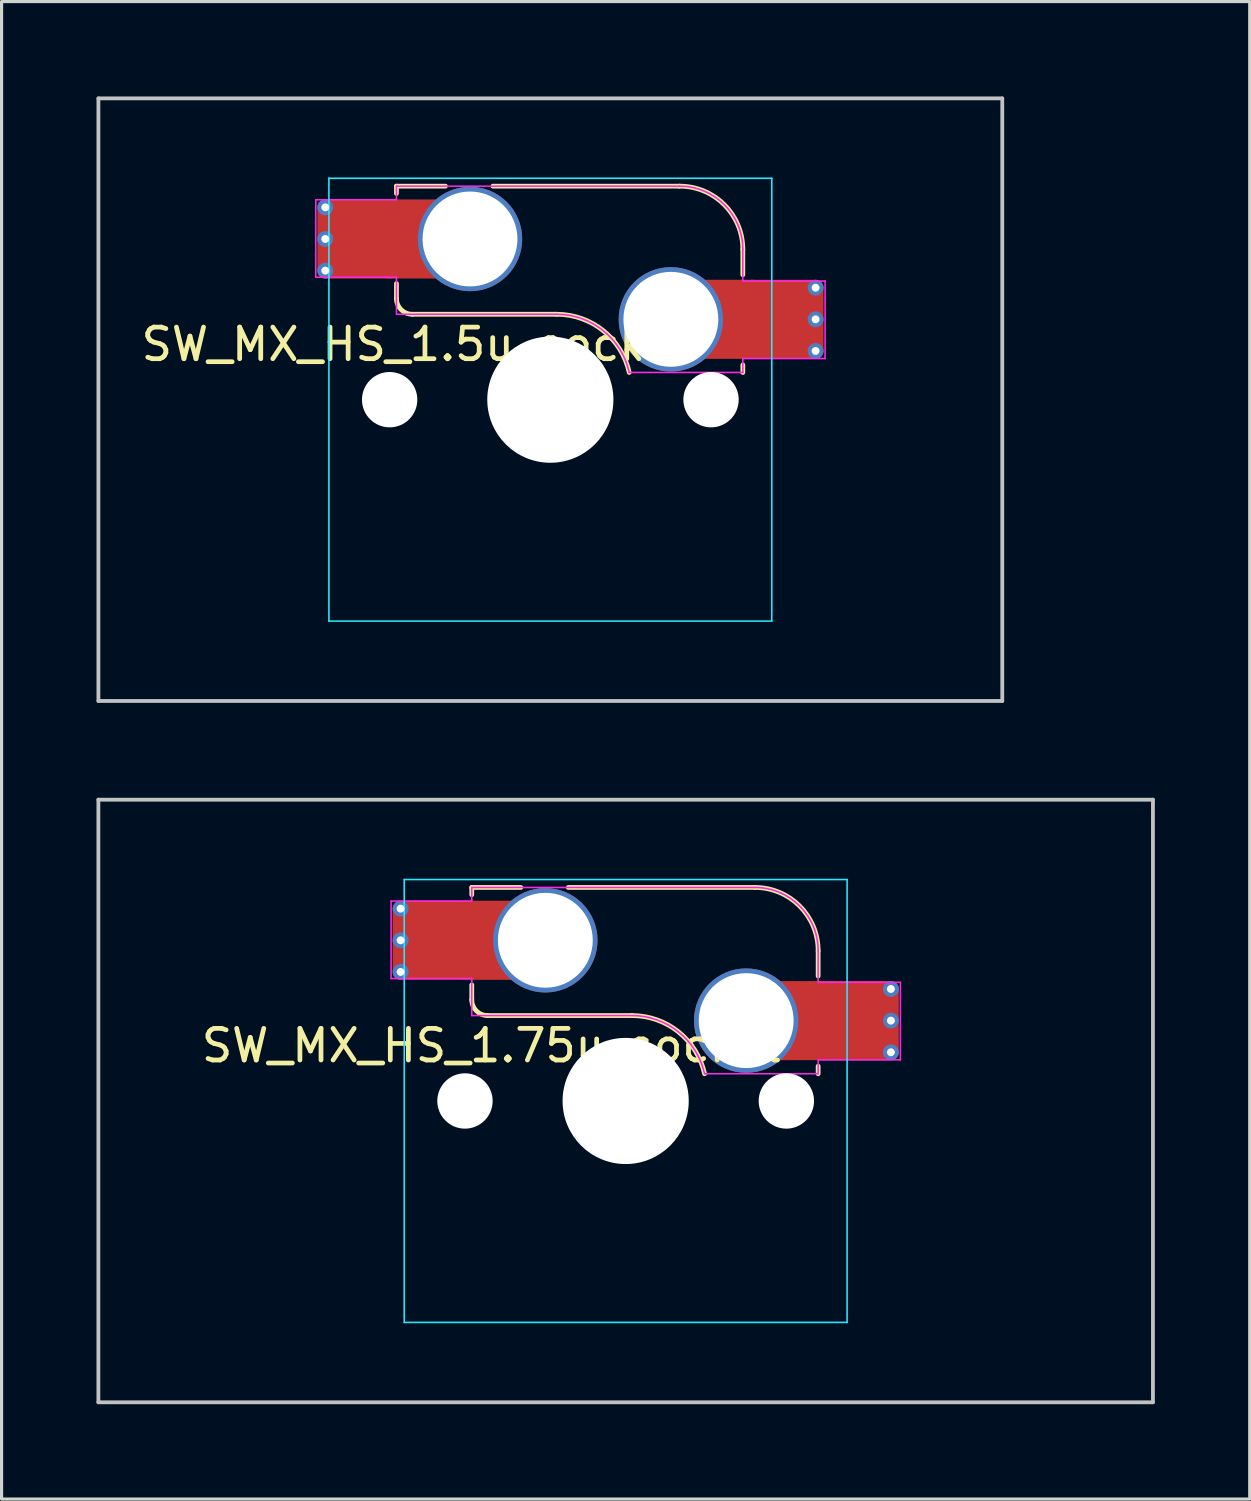
<source format=kicad_pcb>
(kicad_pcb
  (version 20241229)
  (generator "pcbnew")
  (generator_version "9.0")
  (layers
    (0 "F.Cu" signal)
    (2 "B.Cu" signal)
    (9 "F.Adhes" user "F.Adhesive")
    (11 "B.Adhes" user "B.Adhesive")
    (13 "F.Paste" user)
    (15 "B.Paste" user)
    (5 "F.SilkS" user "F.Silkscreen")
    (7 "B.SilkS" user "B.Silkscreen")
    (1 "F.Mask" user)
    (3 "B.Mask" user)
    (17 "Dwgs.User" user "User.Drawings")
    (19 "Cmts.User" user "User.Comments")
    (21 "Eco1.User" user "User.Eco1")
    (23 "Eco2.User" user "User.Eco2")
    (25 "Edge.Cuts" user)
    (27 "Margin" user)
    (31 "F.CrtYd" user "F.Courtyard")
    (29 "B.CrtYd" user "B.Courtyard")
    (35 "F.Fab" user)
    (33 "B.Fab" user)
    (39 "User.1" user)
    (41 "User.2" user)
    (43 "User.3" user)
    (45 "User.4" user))
  (footprint "SW_MX_HS_1.5u_socket"
    (layer "F.Cu")
    (at 14.348 9.585)
    (property "Reference" "SW_MX_HS_1.5u_socket" (at -4.25 -1.75 0) (layer "F.SilkS") (effects (font (size 1 1) (thickness 0.15))))
    (attr smd)
    (fp_line (start -4.865 -6.75) (end -4.865 -6.52) (stroke (width 0.15) (type solid)) (layer "F.SilkS"))
    (fp_line (start -4.865 -3.67) (end -4.865 -3.2) (stroke (width 0.15) (type solid)) (layer "F.SilkS"))
    (fp_line (start -4.365 -2.7) (end 0.2 -2.7) (stroke (width 0.15) (type solid)) (layer "F.SilkS"))
    (fp_line (start -3.315 -6.75) (end -4.865 -6.75) (stroke (width 0.15) (type solid)) (layer "F.SilkS"))
    (fp_line (start 4.085 -6.75) (end -1.815 -6.75) (stroke (width 0.15) (type solid)) (layer "F.SilkS"))
    (fp_line (start 6.085 -3.95) (end 6.085 -4.75) (stroke (width 0.15) (type solid)) (layer "F.SilkS"))
    (fp_line (start 6.085 -1.1) (end 6.085 -0.86) (stroke (width 0.15) (type solid)) (layer "F.SilkS"))
    (fp_arc (start -4.364824 -2.70022) (mid -4.718377 -2.846667) (end -4.864824 -3.20022) (stroke (width 0.15) (type solid)) (layer "F.SilkS"))
    (fp_arc (start 0.2 -2.70022) (mid 1.670693 -2.183637) (end 2.494322 -0.86022) (stroke (width 0.15) (type solid)) (layer "F.SilkS"))
    (fp_arc (start 4.085176 -6.75022) (mid 5.49939 -6.164434) (end 6.085176 -4.75022) (stroke (width 0.15) (type solid)) (layer "F.SilkS"))
    (fp_line (start -14.287 -9.525) (end 14.287 -9.525) (stroke (width 0.12) (type solid)) (layer "Dwgs.User"))
    (fp_line (start -14.287 9.525) (end -14.287 -9.525) (stroke (width 0.12) (type solid)) (layer "Dwgs.User"))
    (fp_line (start 14.287 -9.525) (end 14.287 9.525) (stroke (width 0.12) (type solid)) (layer "Dwgs.User"))
    (fp_line (start 14.287 9.525) (end -14.287 9.525) (stroke (width 0.12) (type solid)) (layer "Dwgs.User"))
    (fp_line (start -7 -6.5) (end -7 6.5) (stroke (width 0.05) (type solid)) (layer "Eco2.User"))
    (fp_line (start -6.5 7) (end 6.5 7) (stroke (width 0.05) (type solid)) (layer "Eco2.User"))
    (fp_line (start 6.5 -7) (end -6.5 -7) (stroke (width 0.05) (type solid)) (layer "Eco2.User"))
    (fp_line (start 7 6.5) (end 7 -6.5) (stroke (width 0.05) (type solid)) (layer "Eco2.User"))
    (fp_arc (start -7 -6.5) (mid -6.853553 -6.853553) (end -6.5 -7) (stroke (width 0.05) (type solid)) (layer "Eco2.User"))
    (fp_arc (start -6.497236 6.998884) (mid -6.850789 6.852437) (end -6.997236 6.498884) (stroke (width 0.05) (type solid)) (layer "Eco2.User"))
    (fp_arc (start 6.5 -7) (mid 6.853553 -6.853553) (end 7 -6.5) (stroke (width 0.05) (type solid)) (layer "Eco2.User"))
    (fp_arc (start 7 6.5) (mid 6.853553 6.853553) (end 6.5 7) (stroke (width 0.05) (type solid)) (layer "Eco2.User"))
    (fp_line (start -7 -7) (end 7 -7) (stroke (width 0.05) (type solid)) (layer "B.CrtYd"))
    (fp_line (start -7 7) (end -7 -7) (stroke (width 0.05) (type solid)) (layer "B.CrtYd"))
    (fp_line (start 7 -7) (end 7 7) (stroke (width 0.05) (type solid)) (layer "B.CrtYd"))
    (fp_line (start 7 7) (end -7 7) (stroke (width 0.05) (type solid)) (layer "B.CrtYd"))
    (fp_line (start -7.415 -6.32) (end -4.865 -6.32) (stroke (width 0.05) (type solid)) (layer "F.CrtYd"))
    (fp_line (start -7.415 -3.87) (end -7.415 -6.32) (stroke (width 0.05) (type solid)) (layer "F.CrtYd"))
    (fp_line (start -4.865 -6.75) (end -4.865 -6.32) (stroke (width 0.05) (type solid)) (layer "F.CrtYd"))
    (fp_line (start -4.865 -3.87) (end -7.415 -3.87) (stroke (width 0.05) (type solid)) (layer "F.CrtYd"))
    (fp_line (start -4.865 -3.87) (end -4.865 -2.7) (stroke (width 0.05) (type solid)) (layer "F.CrtYd"))
    (fp_line (start -4.865 -2.7) (end 0.2 -2.7) (stroke (width 0.05) (type solid)) (layer "F.CrtYd"))
    (fp_line (start 4.085 -6.75) (end -4.865 -6.75) (stroke (width 0.05) (type solid)) (layer "F.CrtYd"))
    (fp_line (start 6.085 -3.75) (end 6.085 -4.75) (stroke (width 0.05) (type solid)) (layer "F.CrtYd"))
    (fp_line (start 6.085 -3.75) (end 8.685 -3.75) (stroke (width 0.05) (type solid)) (layer "F.CrtYd"))
    (fp_line (start 6.085 -1.3) (end 6.085 -0.86) (stroke (width 0.05) (type solid)) (layer "F.CrtYd"))
    (fp_line (start 6.085 -0.86) (end 2.494 -0.86) (stroke (width 0.05) (type solid)) (layer "F.CrtYd"))
    (fp_line (start 8.685 -3.75) (end 8.685 -1.3) (stroke (width 0.05) (type solid)) (layer "F.CrtYd"))
    (fp_line (start 8.685 -1.3) (end 6.085 -1.3) (stroke (width 0.05) (type solid)) (layer "F.CrtYd"))
    (fp_arc (start 0.2 -2.70022) (mid 1.670503 -2.183399) (end 2.494322 -0.86022) (stroke (width 0.05) (type solid)) (layer "F.CrtYd"))
    (fp_arc (start 4.085176 -6.75022) (mid 5.49939 -6.164434) (end 6.085176 -4.75022) (stroke (width 0.05) (type solid)) (layer "F.CrtYd"))
    (pad "" np_thru_hole circle (at -5.08 0) (size 1.75 1.75) (drill 1.75) (layers "*.Cu" "*.Mask"))
    (pad "" np_thru_hole circle (at 0 0) (size 3.988 3.988) (drill 3.988) (layers "*.Cu" "*.Mask"))
    (pad "" np_thru_hole circle (at 5.08 0) (size 1.75 1.75) (drill 1.75) (layers "*.Cu" "*.Mask"))
    (pad "1" thru_hole circle (at 3.81 -2.54) (size 3.3 3.3) (drill 3) (layers "*.Cu" "*.Mask"))
    (pad "1" smd rect (at 5.635 -2.54 180) (size 1.65 2.5) (layers "F.Cu"))
    (pad "1" smd roundrect (at 7.36 -2.54) (size 2.55 2.5) (layers "F.Cu" "F.Mask" "F.Paste") (roundrect_rratio 0.1))
    (pad "1" thru_hole circle (at 8.385 -3.54) (size 0.5 0.5) (drill 0.25) (layers "*.Cu"))
    (pad "1" thru_hole circle (at 8.385 -2.54) (size 0.5 0.5) (drill 0.25) (layers "*.Cu"))
    (pad "1" thru_hole circle (at 8.385 -1.54) (size 0.5 0.5) (drill 0.25) (layers "*.Cu"))
    (pad "2" thru_hole circle (at -7.115 -6.08) (size 0.5 0.5) (drill 0.25) (layers "*.Cu"))
    (pad "2" thru_hole circle (at -7.115 -5.08) (size 0.5 0.5) (drill 0.25) (layers "*.Cu"))
    (pad "2" thru_hole circle (at -7.115 -4.08) (size 0.5 0.5) (drill 0.25) (layers "*.Cu"))
    (pad "2" smd roundrect (at -6.09 -5.08) (size 2.55 2.5) (layers "F.Cu" "F.Mask" "F.Paste") (roundrect_rratio 0.1))
    (pad "2" smd rect (at -4.34 -5.08) (size 1.65 2.5) (layers "F.Cu"))
    (pad "2" thru_hole circle (at -2.54 -5.08) (size 3.3 3.3) (drill 3) (layers "*.Cu" "*.Mask")))
  (footprint "SW_MX_HS_1.75u_socket"
    (layer "F.Cu")
    (at 16.729 31.755)
    (property "Reference" "SW_MX_HS_1.75u_socket" (at -4.25 -1.75 0) (layer "F.SilkS") (effects (font (size 1 1) (thickness 0.15))))
    (attr smd)
    (fp_line (start -4.865 -6.75) (end -4.865 -6.52) (stroke (width 0.15) (type solid)) (layer "F.SilkS"))
    (fp_line (start -4.865 -3.67) (end -4.865 -3.2) (stroke (width 0.15) (type solid)) (layer "F.SilkS"))
    (fp_line (start -4.365 -2.7) (end 0.2 -2.7) (stroke (width 0.15) (type solid)) (layer "F.SilkS"))
    (fp_line (start -3.315 -6.75) (end -4.865 -6.75) (stroke (width 0.15) (type solid)) (layer "F.SilkS"))
    (fp_line (start 4.085 -6.75) (end -1.815 -6.75) (stroke (width 0.15) (type solid)) (layer "F.SilkS"))
    (fp_line (start 6.085 -3.95) (end 6.085 -4.75) (stroke (width 0.15) (type solid)) (layer "F.SilkS"))
    (fp_line (start 6.085 -1.1) (end 6.085 -0.86) (stroke (width 0.15) (type solid)) (layer "F.SilkS"))
    (fp_arc (start -4.364824 -2.70022) (mid -4.718377 -2.846667) (end -4.864824 -3.20022) (stroke (width 0.15) (type solid)) (layer "F.SilkS"))
    (fp_arc (start 0.2 -2.70022) (mid 1.670693 -2.183637) (end 2.494322 -0.86022) (stroke (width 0.15) (type solid)) (layer "F.SilkS"))
    (fp_arc (start 4.085176 -6.75022) (mid 5.49939 -6.164434) (end 6.085176 -4.75022) (stroke (width 0.15) (type solid)) (layer "F.SilkS"))
    (fp_line (start -16.669 -9.525) (end 16.669 -9.525) (stroke (width 0.12) (type solid)) (layer "Dwgs.User"))
    (fp_line (start -16.669 9.525) (end -16.669 -9.525) (stroke (width 0.12) (type solid)) (layer "Dwgs.User"))
    (fp_line (start 16.669 -9.525) (end 16.669 9.525) (stroke (width 0.12) (type solid)) (layer "Dwgs.User"))
    (fp_line (start 16.669 9.525) (end -16.669 9.525) (stroke (width 0.12) (type solid)) (layer "Dwgs.User"))
    (fp_line (start -7 -6.5) (end -7 6.5) (stroke (width 0.05) (type solid)) (layer "Eco2.User"))
    (fp_line (start -6.5 7) (end 6.5 7) (stroke (width 0.05) (type solid)) (layer "Eco2.User"))
    (fp_line (start 6.5 -7) (end -6.5 -7) (stroke (width 0.05) (type solid)) (layer "Eco2.User"))
    (fp_line (start 7 6.5) (end 7 -6.5) (stroke (width 0.05) (type solid)) (layer "Eco2.User"))
    (fp_arc (start -7 -6.5) (mid -6.853553 -6.853553) (end -6.5 -7) (stroke (width 0.05) (type solid)) (layer "Eco2.User"))
    (fp_arc (start -6.497236 6.998884) (mid -6.850789 6.852437) (end -6.997236 6.498884) (stroke (width 0.05) (type solid)) (layer "Eco2.User"))
    (fp_arc (start 6.5 -7) (mid 6.853553 -6.853553) (end 7 -6.5) (stroke (width 0.05) (type solid)) (layer "Eco2.User"))
    (fp_arc (start 7 6.5) (mid 6.853553 6.853553) (end 6.5 7) (stroke (width 0.05) (type solid)) (layer "Eco2.User"))
    (fp_line (start -7 -7) (end 7 -7) (stroke (width 0.05) (type solid)) (layer "B.CrtYd"))
    (fp_line (start -7 7) (end -7 -7) (stroke (width 0.05) (type solid)) (layer "B.CrtYd"))
    (fp_line (start 7 -7) (end 7 7) (stroke (width 0.05) (type solid)) (layer "B.CrtYd"))
    (fp_line (start 7 7) (end -7 7) (stroke (width 0.05) (type solid)) (layer "B.CrtYd"))
    (fp_line (start -7.415 -6.32) (end -4.865 -6.32) (stroke (width 0.05) (type solid)) (layer "F.CrtYd"))
    (fp_line (start -7.415 -3.87) (end -7.415 -6.32) (stroke (width 0.05) (type solid)) (layer "F.CrtYd"))
    (fp_line (start -4.865 -6.75) (end -4.865 -6.32) (stroke (width 0.05) (type solid)) (layer "F.CrtYd"))
    (fp_line (start -4.865 -3.87) (end -7.415 -3.87) (stroke (width 0.05) (type solid)) (layer "F.CrtYd"))
    (fp_line (start -4.865 -3.87) (end -4.865 -2.7) (stroke (width 0.05) (type solid)) (layer "F.CrtYd"))
    (fp_line (start -4.865 -2.7) (end 0.2 -2.7) (stroke (width 0.05) (type solid)) (layer "F.CrtYd"))
    (fp_line (start 4.085 -6.75) (end -4.865 -6.75) (stroke (width 0.05) (type solid)) (layer "F.CrtYd"))
    (fp_line (start 6.085 -3.75) (end 6.085 -4.75) (stroke (width 0.05) (type solid)) (layer "F.CrtYd"))
    (fp_line (start 6.085 -3.75) (end 8.685 -3.75) (stroke (width 0.05) (type solid)) (layer "F.CrtYd"))
    (fp_line (start 6.085 -1.3) (end 6.085 -0.86) (stroke (width 0.05) (type solid)) (layer "F.CrtYd"))
    (fp_line (start 6.085 -0.86) (end 2.494 -0.86) (stroke (width 0.05) (type solid)) (layer "F.CrtYd"))
    (fp_line (start 8.685 -3.75) (end 8.685 -1.3) (stroke (width 0.05) (type solid)) (layer "F.CrtYd"))
    (fp_line (start 8.685 -1.3) (end 6.085 -1.3) (stroke (width 0.05) (type solid)) (layer "F.CrtYd"))
    (fp_arc (start 0.2 -2.70022) (mid 1.670503 -2.183399) (end 2.494322 -0.86022) (stroke (width 0.05) (type solid)) (layer "F.CrtYd"))
    (fp_arc (start 4.085176 -6.75022) (mid 5.49939 -6.164434) (end 6.085176 -4.75022) (stroke (width 0.05) (type solid)) (layer "F.CrtYd"))
    (pad "" np_thru_hole circle (at -5.08 0) (size 1.75 1.75) (drill 1.75) (layers "*.Cu" "*.Mask"))
    (pad "" np_thru_hole circle (at 0 0) (size 3.988 3.988) (drill 3.988) (layers "*.Cu" "*.Mask"))
    (pad "" np_thru_hole circle (at 5.08 0) (size 1.75 1.75) (drill 1.75) (layers "*.Cu" "*.Mask"))
    (pad "1" thru_hole circle (at 3.81 -2.54) (size 3.3 3.3) (drill 3) (layers "*.Cu" "*.Mask"))
    (pad "1" smd rect (at 5.635 -2.54 180) (size 1.65 2.5) (layers "F.Cu"))
    (pad "1" smd roundrect (at 7.36 -2.54) (size 2.55 2.5) (layers "F.Cu" "F.Mask" "F.Paste") (roundrect_rratio 0.1))
    (pad "1" thru_hole circle (at 8.385 -3.54) (size 0.5 0.5) (drill 0.25) (layers "*.Cu"))
    (pad "1" thru_hole circle (at 8.385 -2.54) (size 0.5 0.5) (drill 0.25) (layers "*.Cu"))
    (pad "1" thru_hole circle (at 8.385 -1.54) (size 0.5 0.5) (drill 0.25) (layers "*.Cu"))
    (pad "2" thru_hole circle (at -7.115 -6.08) (size 0.5 0.5) (drill 0.25) (layers "*.Cu"))
    (pad "2" thru_hole circle (at -7.115 -5.08) (size 0.5 0.5) (drill 0.25) (layers "*.Cu"))
    (pad "2" thru_hole circle (at -7.115 -4.08) (size 0.5 0.5) (drill 0.25) (layers "*.Cu"))
    (pad "2" smd roundrect (at -6.09 -5.08) (size 2.55 2.5) (layers "F.Cu" "F.Mask" "F.Paste") (roundrect_rratio 0.1))
    (pad "2" smd rect (at -4.34 -5.08) (size 1.65 2.5) (layers "F.Cu"))
    (pad "2" thru_hole circle (at -2.54 -5.08) (size 3.3 3.3) (drill 3) (layers "*.Cu" "*.Mask")))
  (gr_rect
    (start -3 -3)
    (end 36.458 44.34)
    (stroke (width 0.1) (type default))
    (fill no)
    (layer "Edge.Cuts")))
</source>
